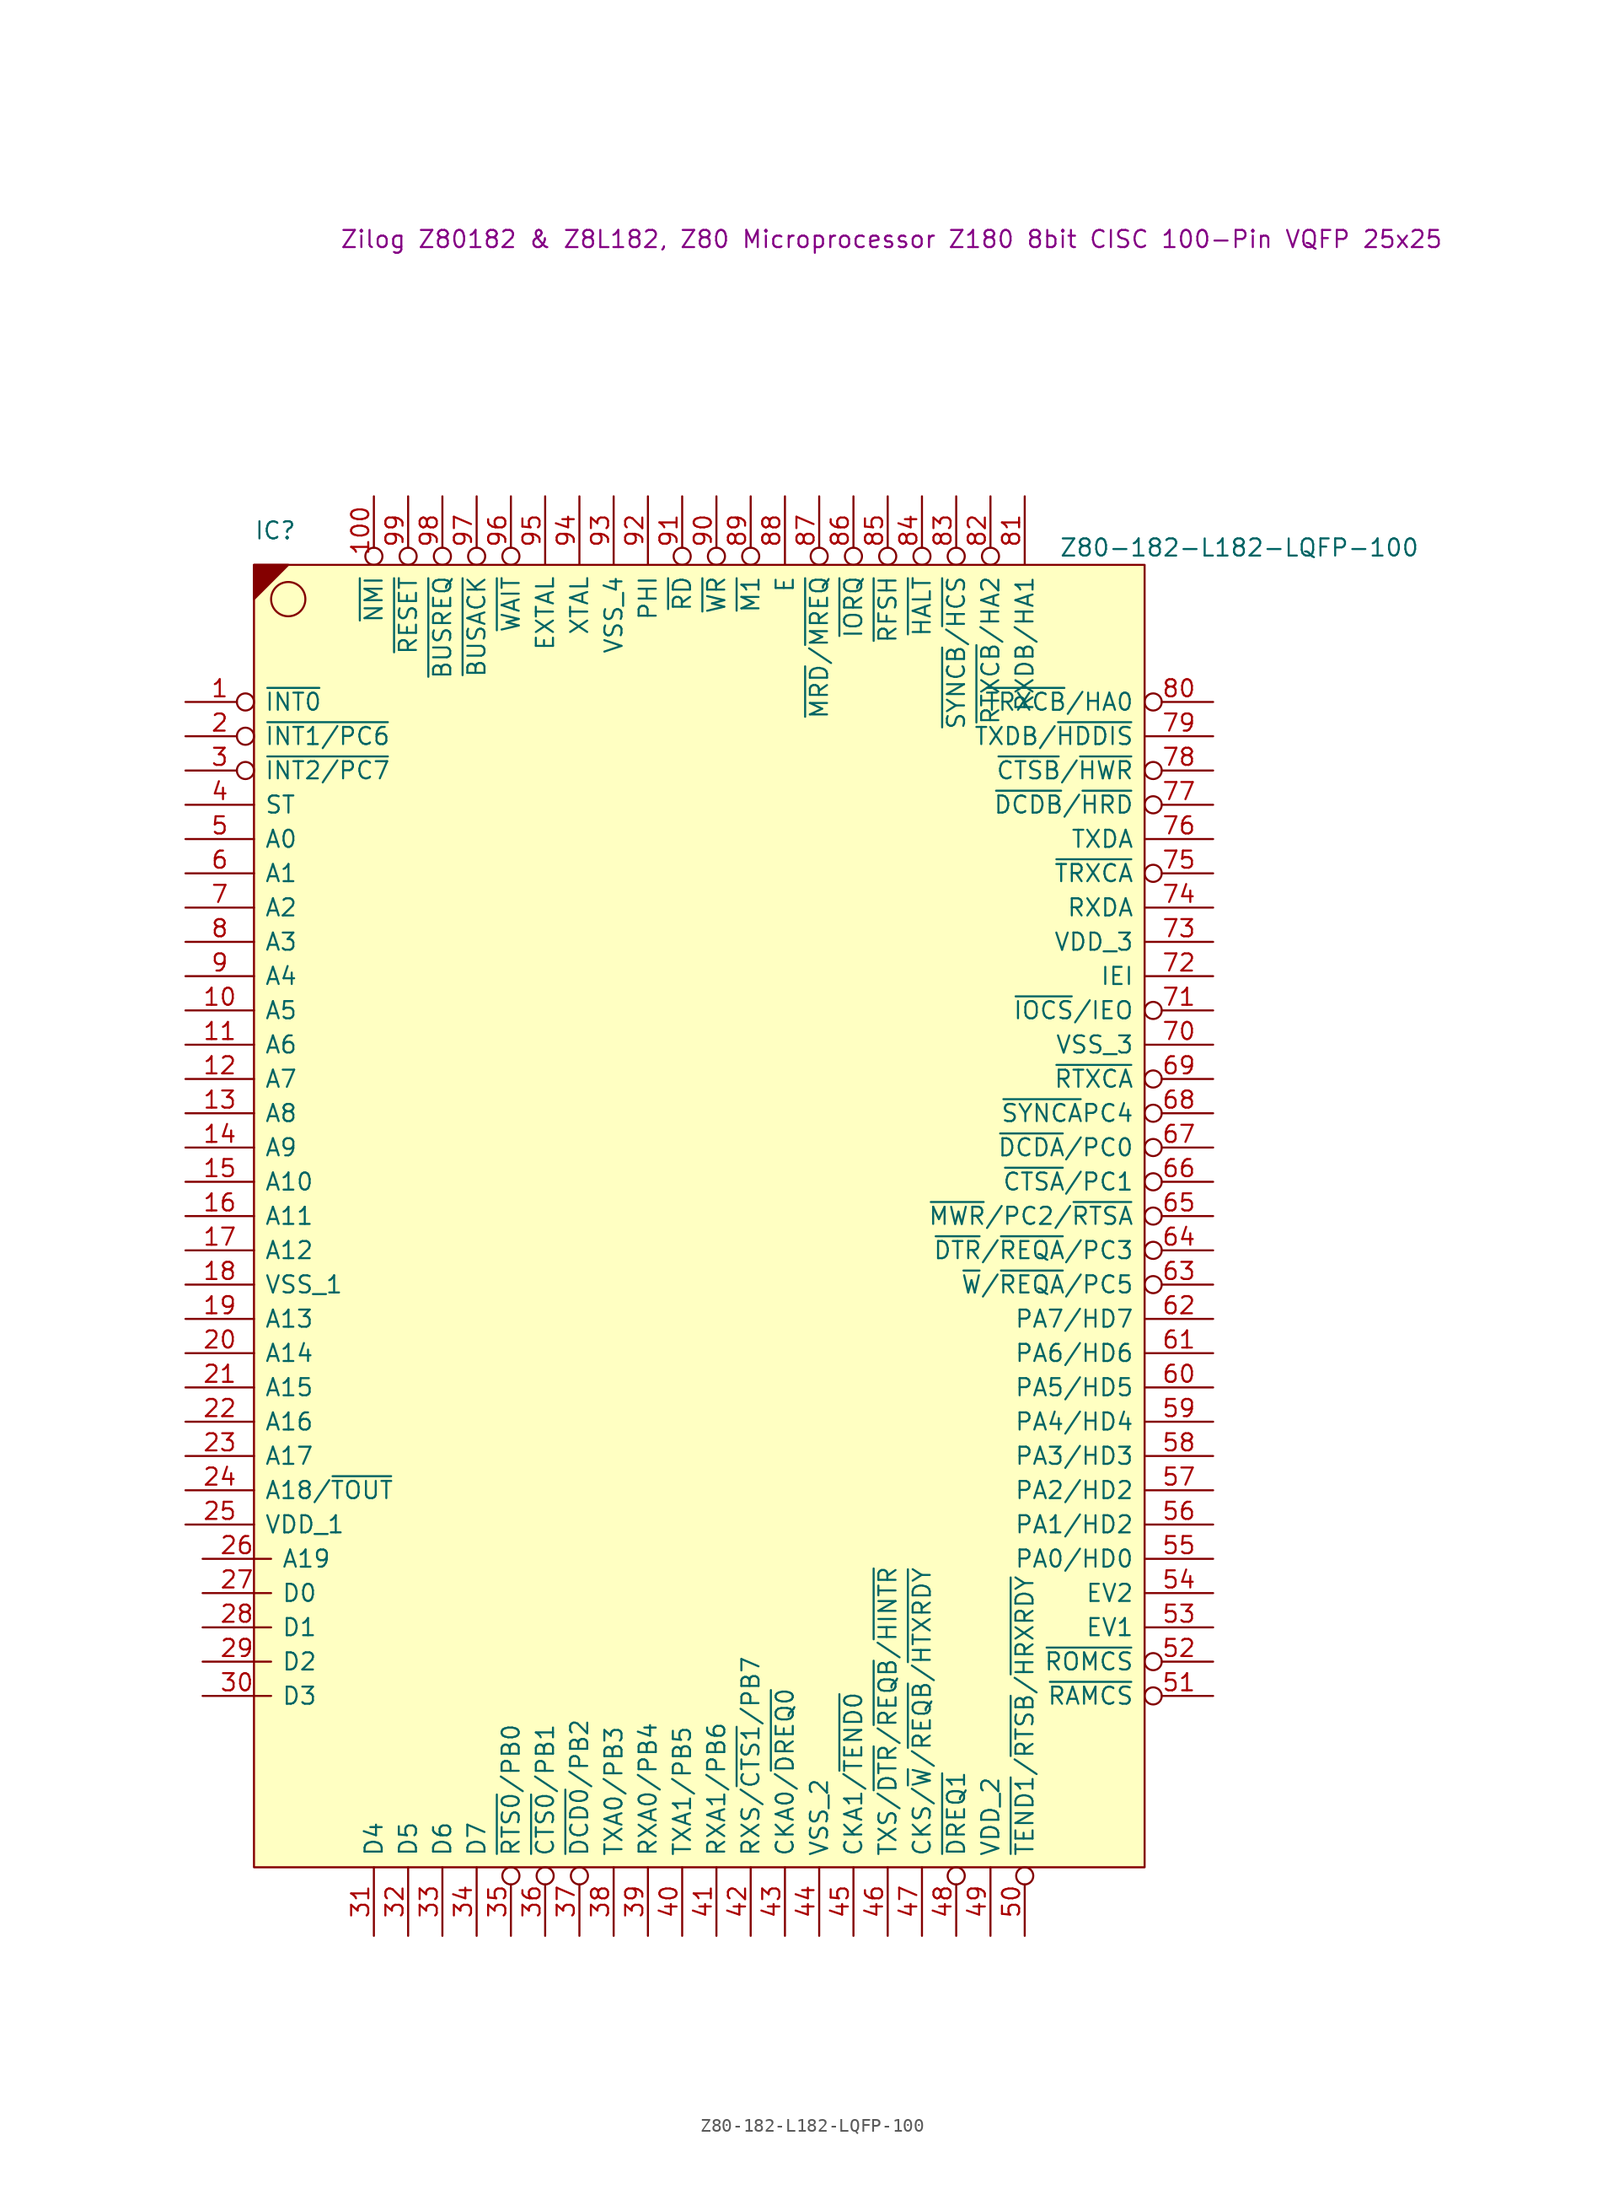
<source format=kicad_sym>
(kicad_symbol_lib
  (version 20231120)
  (generator "kicad_symbol_editor")
  (generator_version "8.0")
  (symbol "Z80-182-L182-LQFP-100"
    (pin_names
      (offset 0.762))
    (property "Reference" "IC"
      (at 0 2.54 0)
      (effects (font (size 1.27 1.27)) (justify left)))
    (property "Value" "Z80-182-L182-LQFP-100"
      (at 59.69 1.27 0)
      (effects (font (size 1.27 1.27)) (justify left)))
    (property "Description_1" "Zilog Z80182 & Z8L182, Z80 Microprocessor Z180 8bit CISC 100-Pin VQFP 25x25"
      (at 6.35 24.13 0)
      (effects (font (size 1.27 1.27)) (justify left)))
    (symbol "Z80-182-L182-LQFP-100_0_0"
      (pin bidirectional inverted (at -5.08 -10.16 0) (length 5.08) (name "~{INT0}" (effects (font (size 1.27 1.27)))) (number "1" (effects (font (size 1.27 1.27)))))
      (pin tri_state line (at -5.08 -33.02 0) (length 5.08) (name "A5" (effects (font (size 1.27 1.27)))) (number "10" (effects (font (size 1.27 1.27)))))
      (pin input inverted (at 8.89 5.08 270) (length 5.08) (name "~{NMI}" (effects (font (size 1.27 1.27)))) (number "100" (effects (font (size 1.27 1.27)))))
      (pin tri_state line (at -5.08 -35.56 0) (length 5.08) (name "A6" (effects (font (size 1.27 1.27)))) (number "11" (effects (font (size 1.27 1.27)))))
      (pin tri_state line (at -5.08 -38.1 0) (length 5.08) (name "A7" (effects (font (size 1.27 1.27)))) (number "12" (effects (font (size 1.27 1.27)))))
      (pin tri_state line (at -5.08 -40.64 0) (length 5.08) (name "A8" (effects (font (size 1.27 1.27)))) (number "13" (effects (font (size 1.27 1.27)))))
      (pin tri_state line (at -5.08 -43.18 0) (length 5.08) (name "A9" (effects (font (size 1.27 1.27)))) (number "14" (effects (font (size 1.27 1.27)))))
      (pin tri_state line (at -5.08 -45.72 0) (length 5.08) (name "A10" (effects (font (size 1.27 1.27)))) (number "15" (effects (font (size 1.27 1.27)))))
      (pin tri_state line (at -5.08 -48.26 0) (length 5.08) (name "A11" (effects (font (size 1.27 1.27)))) (number "16" (effects (font (size 1.27 1.27)))))
      (pin tri_state line (at -5.08 -50.8 0) (length 5.08) (name "A12" (effects (font (size 1.27 1.27)))) (number "17" (effects (font (size 1.27 1.27)))))
      (pin power_in line (at -5.08 -53.34 0) (length 5.08) (name "VSS_1" (effects (font (size 1.27 1.27)))) (number "18" (effects (font (size 1.27 1.27)))))
      (pin tri_state line (at -5.08 -55.88 0) (length 5.08) (name "A13" (effects (font (size 1.27 1.27)))) (number "19" (effects (font (size 1.27 1.27)))))
      (pin input inverted (at -5.08 -12.7 0) (length 5.08) (name "~{INT1/PC6}" (effects (font (size 1.27 1.27)))) (number "2" (effects (font (size 1.27 1.27)))))
      (pin tri_state line (at -5.08 -58.42 0) (length 5.08) (name "A14" (effects (font (size 1.27 1.27)))) (number "20" (effects (font (size 1.27 1.27)))))
      (pin tri_state line (at -5.08 -60.96 0) (length 5.08) (name "A15" (effects (font (size 1.27 1.27)))) (number "21" (effects (font (size 1.27 1.27)))))
      (pin tri_state line (at -5.08 -63.5 0) (length 5.08) (name "A16" (effects (font (size 1.27 1.27)))) (number "22" (effects (font (size 1.27 1.27)))))
      (pin tri_state line (at -5.08 -66.04 0) (length 5.08) (name "A17" (effects (font (size 1.27 1.27)))) (number "23" (effects (font (size 1.27 1.27)))))
      (pin tri_state line (at -5.08 -68.58 0) (length 5.08) (name "A18/~{TOUT}" (effects (font (size 1.27 1.27)))) (number "24" (effects (font (size 1.27 1.27)))))
      (pin power_in line (at -5.08 -71.12 0) (length 5.08) (name "VDD_1" (effects (font (size 1.27 1.27)))) (number "25" (effects (font (size 1.27 1.27)))))
      (pin tri_state line (at -3.81 -73.66 0) (length 5.08) (name "A19" (effects (font (size 1.27 1.27)))) (number "26" (effects (font (size 1.27 1.27)))))
      (pin tri_state line (at -3.81 -76.2 0) (length 5.08) (name "D0" (effects (font (size 1.27 1.27)))) (number "27" (effects (font (size 1.27 1.27)))))
      (pin tri_state line (at -3.81 -78.74 0) (length 5.08) (name "D1" (effects (font (size 1.27 1.27)))) (number "28" (effects (font (size 1.27 1.27)))))
      (pin tri_state line (at -3.81 -81.28 0) (length 5.08) (name "D2" (effects (font (size 1.27 1.27)))) (number "29" (effects (font (size 1.27 1.27)))))
      (pin input inverted (at -5.08 -15.24 0) (length 5.08) (name "~{INT2/PC7}" (effects (font (size 1.27 1.27)))) (number "3" (effects (font (size 1.27 1.27)))))
      (pin tri_state line (at -3.81 -83.82 0) (length 5.08) (name "D3" (effects (font (size 1.27 1.27)))) (number "30" (effects (font (size 1.27 1.27)))))
      (pin tri_state line (at 8.89 -101.6 90) (length 5.08) (name "D4" (effects (font (size 1.27 1.27)))) (number "31" (effects (font (size 1.27 1.27)))))
      (pin tri_state line (at 11.43 -101.6 90) (length 5.08) (name "D5" (effects (font (size 1.27 1.27)))) (number "32" (effects (font (size 1.27 1.27)))))
      (pin tri_state line (at 13.97 -101.6 90) (length 5.08) (name "D6" (effects (font (size 1.27 1.27)))) (number "33" (effects (font (size 1.27 1.27)))))
      (pin tri_state line (at 16.51 -101.6 90) (length 5.08) (name "D7" (effects (font (size 1.27 1.27)))) (number "34" (effects (font (size 1.27 1.27)))))
      (pin output inverted (at 19.05 -101.6 90) (length 5.08) (name "~{RTS0}/PB0" (effects (font (size 1.27 1.27)))) (number "35" (effects (font (size 1.27 1.27)))))
      (pin input inverted (at 21.59 -101.6 90) (length 5.08) (name "~{CTS0}/PB1" (effects (font (size 1.27 1.27)))) (number "36" (effects (font (size 1.27 1.27)))))
      (pin input inverted (at 24.13 -101.6 90) (length 5.08) (name "~{DCD0}/PB2" (effects (font (size 1.27 1.27)))) (number "37" (effects (font (size 1.27 1.27)))))
      (pin bidirectional line (at 26.67 -101.6 90) (length 5.08) (name "TXA0/PB3" (effects (font (size 1.27 1.27)))) (number "38" (effects (font (size 1.27 1.27)))))
      (pin bidirectional line (at 29.21 -101.6 90) (length 5.08) (name "RXA0/PB4" (effects (font (size 1.27 1.27)))) (number "39" (effects (font (size 1.27 1.27)))))
      (pin bidirectional line (at -5.08 -17.78 0) (length 5.08) (name "ST" (effects (font (size 1.27 1.27)))) (number "4" (effects (font (size 1.27 1.27)))))
      (pin bidirectional line (at 31.75 -101.6 90) (length 5.08) (name "TXA1/PB5" (effects (font (size 1.27 1.27)))) (number "40" (effects (font (size 1.27 1.27)))))
      (pin bidirectional line (at 34.29 -101.6 90) (length 5.08) (name "RXA1/PB6" (effects (font (size 1.27 1.27)))) (number "41" (effects (font (size 1.27 1.27)))))
      (pin bidirectional line (at 36.83 -101.6 90) (length 5.08) (name "RXS/~{CTS1}/PB7" (effects (font (size 1.27 1.27)))) (number "42" (effects (font (size 1.27 1.27)))))
      (pin bidirectional line (at 39.37 -101.6 90) (length 5.08) (name "CKA0/~{DREQ0}" (effects (font (size 1.27 1.27)))) (number "43" (effects (font (size 1.27 1.27)))))
      (pin power_in line (at 41.91 -101.6 90) (length 5.08) (name "VSS_2" (effects (font (size 1.27 1.27)))) (number "44" (effects (font (size 1.27 1.27)))))
      (pin bidirectional line (at 44.45 -101.6 90) (length 5.08) (name "CKA1/~{TEND0}" (effects (font (size 1.27 1.27)))) (number "45" (effects (font (size 1.27 1.27)))))
      (pin bidirectional line (at 46.99 -101.6 90) (length 5.08) (name "TXS/~{DTR}/~{REQB}/~{HINTR}" (effects (font (size 1.27 1.27)))) (number "46" (effects (font (size 1.27 1.27)))))
      (pin bidirectional line (at 49.53 -101.6 90) (length 5.08) (name "CKS/~{W}/~{REQB}/~{HTXRDY}" (effects (font (size 1.27 1.27)))) (number "47" (effects (font (size 1.27 1.27)))))
      (pin bidirectional inverted (at 52.07 -101.6 90) (length 5.08) (name "~{DREQ1}" (effects (font (size 1.27 1.27)))) (number "48" (effects (font (size 1.27 1.27)))))
      (pin power_in line (at 54.61 -101.6 90) (length 5.08) (name "VDD_2" (effects (font (size 1.27 1.27)))) (number "49" (effects (font (size 1.27 1.27)))))
      (pin tri_state line (at -5.08 -20.32 0) (length 5.08) (name "A0" (effects (font (size 1.27 1.27)))) (number "5" (effects (font (size 1.27 1.27)))))
      (pin output inverted (at 57.15 -101.6 90) (length 5.08) (name "~{TEND1}/~{RTSB}/~{HRXRDY}" (effects (font (size 1.27 1.27)))) (number "50" (effects (font (size 1.27 1.27)))))
      (pin output inverted (at 71.12 -83.82 180) (length 5.08) (name "~{RAMCS}" (effects (font (size 1.27 1.27)))) (number "51" (effects (font (size 1.27 1.27)))))
      (pin output inverted (at 71.12 -81.28 180) (length 5.08) (name "~{ROMCS}" (effects (font (size 1.27 1.27)))) (number "52" (effects (font (size 1.27 1.27)))))
      (pin bidirectional line (at 71.12 -78.74 180) (length 5.08) (name "EV1" (effects (font (size 1.27 1.27)))) (number "53" (effects (font (size 1.27 1.27)))))
      (pin bidirectional line (at 71.12 -76.2 180) (length 5.08) (name "EV2" (effects (font (size 1.27 1.27)))) (number "54" (effects (font (size 1.27 1.27)))))
      (pin bidirectional line (at 71.12 -73.66 180) (length 5.08) (name "PA0/HD0" (effects (font (size 1.27 1.27)))) (number "55" (effects (font (size 1.27 1.27)))))
      (pin bidirectional line (at 71.12 -71.12 180) (length 5.08) (name "PA1/HD2" (effects (font (size 1.27 1.27)))) (number "56" (effects (font (size 1.27 1.27)))))
      (pin bidirectional line (at 71.12 -68.58 180) (length 5.08) (name "PA2/HD2" (effects (font (size 1.27 1.27)))) (number "57" (effects (font (size 1.27 1.27)))))
      (pin bidirectional line (at 71.12 -66.04 180) (length 5.08) (name "PA3/HD3" (effects (font (size 1.27 1.27)))) (number "58" (effects (font (size 1.27 1.27)))))
      (pin bidirectional line (at 71.12 -63.5 180) (length 5.08) (name "PA4/HD4" (effects (font (size 1.27 1.27)))) (number "59" (effects (font (size 1.27 1.27)))))
      (pin tri_state line (at -5.08 -22.86 0) (length 5.08) (name "A1" (effects (font (size 1.27 1.27)))) (number "6" (effects (font (size 1.27 1.27)))))
      (pin bidirectional line (at 71.12 -60.96 180) (length 5.08) (name "PA5/HD5" (effects (font (size 1.27 1.27)))) (number "60" (effects (font (size 1.27 1.27)))))
      (pin bidirectional line (at 71.12 -58.42 180) (length 5.08) (name "PA6/HD6" (effects (font (size 1.27 1.27)))) (number "61" (effects (font (size 1.27 1.27)))))
      (pin bidirectional line (at 71.12 -55.88 180) (length 5.08) (name "PA7/HD7" (effects (font (size 1.27 1.27)))) (number "62" (effects (font (size 1.27 1.27)))))
      (pin bidirectional inverted (at 71.12 -53.34 180) (length 5.08) (name "~{W}/~{REQA}/PC5" (effects (font (size 1.27 1.27)))) (number "63" (effects (font (size 1.27 1.27)))))
      (pin output inverted (at 71.12 -50.8 180) (length 5.08) (name "~{DTR}/~{REQA}/PC3" (effects (font (size 1.27 1.27)))) (number "64" (effects (font (size 1.27 1.27)))))
      (pin tri_state inverted (at 71.12 -48.26 180) (length 5.08) (name "~{MWR}/PC2/~{RTSA}" (effects (font (size 1.27 1.27)))) (number "65" (effects (font (size 1.27 1.27)))))
      (pin input inverted (at 71.12 -45.72 180) (length 5.08) (name "~{CTSA}/PC1" (effects (font (size 1.27 1.27)))) (number "66" (effects (font (size 1.27 1.27)))))
      (pin input inverted (at 71.12 -43.18 180) (length 5.08) (name "~{DCDA}/PC0" (effects (font (size 1.27 1.27)))) (number "67" (effects (font (size 1.27 1.27)))))
      (pin bidirectional inverted (at 71.12 -40.64 180) (length 5.08) (name "~{SYNCA}PC4" (effects (font (size 1.27 1.27)))) (number "68" (effects (font (size 1.27 1.27)))))
      (pin input inverted (at 71.12 -38.1 180) (length 5.08) (name "~{RTXCA}" (effects (font (size 1.27 1.27)))) (number "69" (effects (font (size 1.27 1.27)))))
      (pin tri_state line (at -5.08 -25.4 0) (length 5.08) (name "A2" (effects (font (size 1.27 1.27)))) (number "7" (effects (font (size 1.27 1.27)))))
      (pin power_in line (at 71.12 -35.56 180) (length 5.08) (name "VSS_3" (effects (font (size 1.27 1.27)))) (number "70" (effects (font (size 1.27 1.27)))))
      (pin output inverted (at 71.12 -33.02 180) (length 5.08) (name "~{IOCS}/IEO" (effects (font (size 1.27 1.27)))) (number "71" (effects (font (size 1.27 1.27)))))
      (pin input line (at 71.12 -30.48 180) (length 5.08) (name "IEI" (effects (font (size 1.27 1.27)))) (number "72" (effects (font (size 1.27 1.27)))))
      (pin power_in line (at 71.12 -27.94 180) (length 5.08) (name "VDD_3" (effects (font (size 1.27 1.27)))) (number "73" (effects (font (size 1.27 1.27)))))
      (pin input line (at 71.12 -25.4 180) (length 5.08) (name "RXDA" (effects (font (size 1.27 1.27)))) (number "74" (effects (font (size 1.27 1.27)))))
      (pin bidirectional inverted (at 71.12 -22.86 180) (length 5.08) (name "~{TRXCA}" (effects (font (size 1.27 1.27)))) (number "75" (effects (font (size 1.27 1.27)))))
      (pin output line (at 71.12 -20.32 180) (length 5.08) (name "TXDA" (effects (font (size 1.27 1.27)))) (number "76" (effects (font (size 1.27 1.27)))))
      (pin input inverted (at 71.12 -17.78 180) (length 5.08) (name "~{DCDB}/~{HRD}" (effects (font (size 1.27 1.27)))) (number "77" (effects (font (size 1.27 1.27)))))
      (pin input inverted (at 71.12 -15.24 180) (length 5.08) (name "~{CTSB}/~{HWR}" (effects (font (size 1.27 1.27)))) (number "78" (effects (font (size 1.27 1.27)))))
      (pin output line (at 71.12 -12.7 180) (length 5.08) (name "TXDB/~{HDDIS}" (effects (font (size 1.27 1.27)))) (number "79" (effects (font (size 1.27 1.27)))))
      (pin tri_state line (at -5.08 -27.94 0) (length 5.08) (name "A3" (effects (font (size 1.27 1.27)))) (number "8" (effects (font (size 1.27 1.27)))))
      (pin bidirectional inverted (at 71.12 -10.16 180) (length 5.08) (name "~{TRXCB}/HA0" (effects (font (size 1.27 1.27)))) (number "80" (effects (font (size 1.27 1.27)))))
      (pin bidirectional line (at 57.15 5.08 270) (length 5.08) (name "RXDB/HA1" (effects (font (size 1.27 1.27)))) (number "81" (effects (font (size 1.27 1.27)))))
      (pin input inverted (at 54.61 5.08 270) (length 5.08) (name "~{RTXCB}/HA2" (effects (font (size 1.27 1.27)))) (number "82" (effects (font (size 1.27 1.27)))))
      (pin bidirectional inverted (at 52.07 5.08 270) (length 5.08) (name "~{SYNCB}/~{HCS}" (effects (font (size 1.27 1.27)))) (number "83" (effects (font (size 1.27 1.27)))))
      (pin bidirectional inverted (at 49.53 5.08 270) (length 5.08) (name "~{HALT}" (effects (font (size 1.27 1.27)))) (number "84" (effects (font (size 1.27 1.27)))))
      (pin bidirectional inverted (at 46.99 5.08 270) (length 5.08) (name "~{RFSH}" (effects (font (size 1.27 1.27)))) (number "85" (effects (font (size 1.27 1.27)))))
      (pin tri_state inverted (at 44.45 5.08 270) (length 5.08) (name "~{IORQ}" (effects (font (size 1.27 1.27)))) (number "86" (effects (font (size 1.27 1.27)))))
      (pin tri_state inverted (at 41.91 5.08 270) (length 5.08) (name "~{MRD}/~{MREQ}" (effects (font (size 1.27 1.27)))) (number "87" (effects (font (size 1.27 1.27)))))
      (pin output line (at 39.37 5.08 270) (length 5.08) (name "E" (effects (font (size 1.27 1.27)))) (number "88" (effects (font (size 1.27 1.27)))))
      (pin output inverted (at 36.83 5.08 270) (length 5.08) (name "~{M1}" (effects (font (size 1.27 1.27)))) (number "89" (effects (font (size 1.27 1.27)))))
      (pin tri_state line (at -5.08 -30.48 0) (length 5.08) (name "A4" (effects (font (size 1.27 1.27)))) (number "9" (effects (font (size 1.27 1.27)))))
      (pin output inverted (at 34.29 5.08 270) (length 5.08) (name "~{WR}" (effects (font (size 1.27 1.27)))) (number "90" (effects (font (size 1.27 1.27)))))
      (pin output inverted (at 31.75 5.08 270) (length 5.08) (name "~{RD}" (effects (font (size 1.27 1.27)))) (number "91" (effects (font (size 1.27 1.27)))))
      (pin output line (at 29.21 5.08 270) (length 5.08) (name "PHI" (effects (font (size 1.27 1.27)))) (number "92" (effects (font (size 1.27 1.27)))))
      (pin power_in line (at 26.67 5.08 270) (length 5.08) (name "VSS_4" (effects (font (size 1.27 1.27)))) (number "93" (effects (font (size 1.27 1.27)))))
      (pin bidirectional line (at 24.13 5.08 270) (length 5.08) (name "XTAL" (effects (font (size 1.27 1.27)))) (number "94" (effects (font (size 1.27 1.27)))))
      (pin input line (at 21.59 5.08 270) (length 5.08) (name "EXTAL" (effects (font (size 1.27 1.27)))) (number "95" (effects (font (size 1.27 1.27)))))
      (pin bidirectional inverted (at 19.05 5.08 270) (length 5.08) (name "~{WAIT}" (effects (font (size 1.27 1.27)))) (number "96" (effects (font (size 1.27 1.27)))))
      (pin bidirectional inverted (at 16.51 5.08 270) (length 5.08) (name "~{BUSACK}" (effects (font (size 1.27 1.27)))) (number "97" (effects (font (size 1.27 1.27)))))
      (pin input inverted (at 13.97 5.08 270) (length 5.08) (name "~{BUSREQ}" (effects (font (size 1.27 1.27)))) (number "98" (effects (font (size 1.27 1.27)))))
      (pin input inverted (at 11.43 5.08 270) (length 5.08) (name "~{RESET}" (effects (font (size 1.27 1.27)))) (number "99" (effects (font (size 1.27 1.27))))))
    (symbol "Z80-182-L182-LQFP-100_0_1"
      (polyline (pts (xy 2.54 0) (xy 0 -2.54) (xy 0 0) (xy 2.54 0)) (stroke (width 0) (type solid)) (fill (type outline)))
      (polyline (pts (xy 0 0) (xy 66.04 0) (xy 66.04 -96.52) (xy 0 -96.52) (xy 0 0)) (stroke (width 0.152) (type solid)) (fill (type background)))
      (circle (center 2.54 -2.54) (radius 1.27) (stroke (width 0) (type solid)) (fill (type none))))))
</source>
